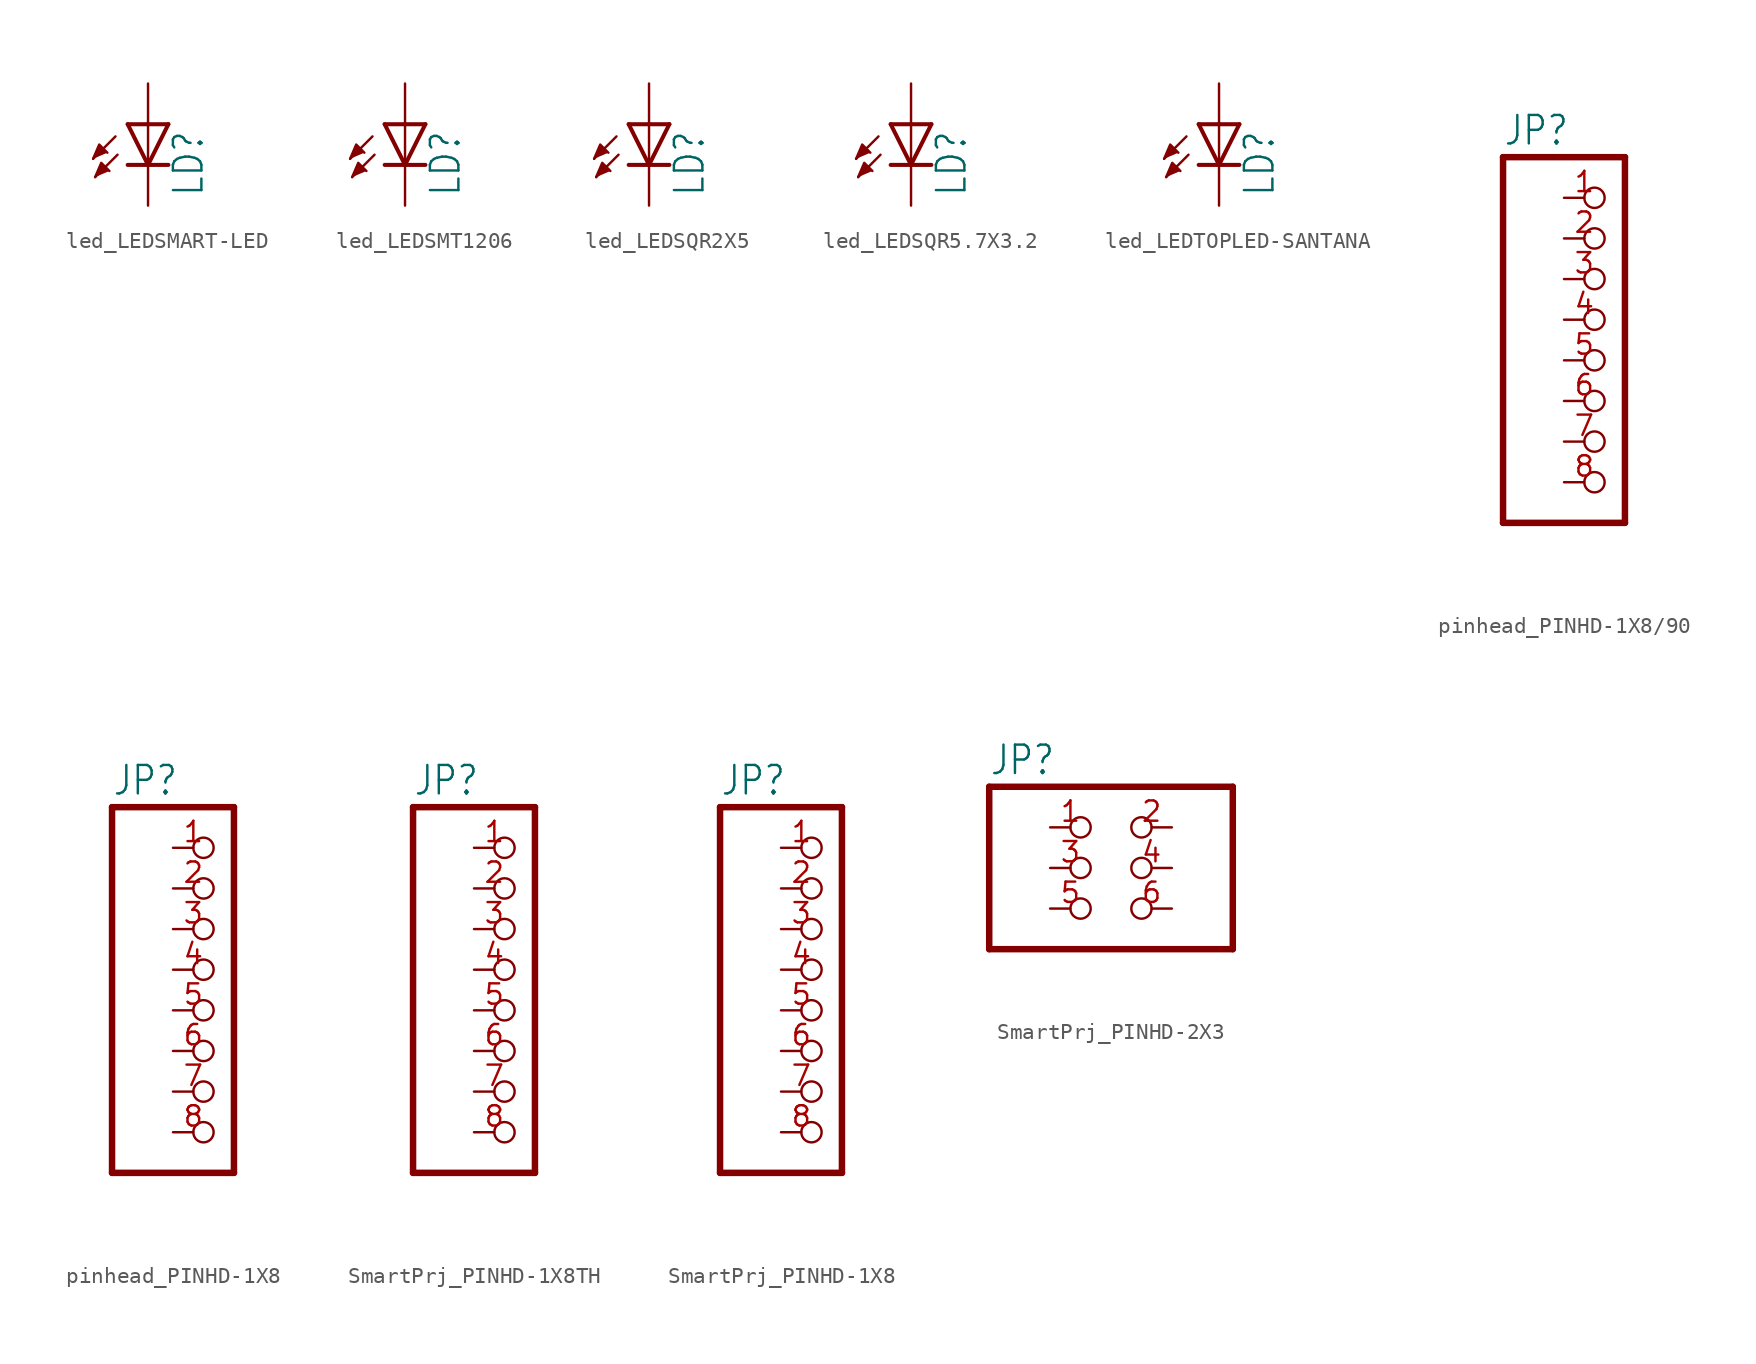
<source format=kicad_sym>
(kicad_symbol_lib
  (version 20220914)
  (generator kicad_symbol_editor)
  (symbol "led_LEDSMART-LED"
    (property "Reference" "LD"
      (at 3.556 -4.572 90)
      (effects (font (size 1.778 1.511)) (justify left bottom)))
    (property "Value" ""
      (at 5.715 -4.572 90)
      (effects (font (size 1.778 1.511)) (justify left bottom)))
    (property "ki_locked" ""
      (at 0 0 0)
      (effects (font (size 1.27 1.27))))
    (symbol "led_LEDSMART-LED_1_0"
      (polyline (pts (xy -2.032 -0.762) (xy -3.429 -2.159)) (stroke (width 0.152) (type solid)) (fill (type none)))
      (polyline (pts (xy -1.905 -1.905) (xy -3.302 -3.302)) (stroke (width 0.152) (type solid)) (fill (type none)))
      (polyline (pts (xy 0 -2.54) (xy -1.27 -2.54)) (stroke (width 0.254) (type solid)) (fill (type none)))
      (polyline (pts (xy 0 -2.54) (xy -1.27 0)) (stroke (width 0.254) (type solid)) (fill (type none)))
      (polyline (pts (xy 0 0) (xy -1.27 0)) (stroke (width 0.254) (type solid)) (fill (type none)))
      (polyline (pts (xy 0 0) (xy 0 -2.54)) (stroke (width 0.152) (type solid)) (fill (type none)))
      (polyline (pts (xy 1.27 -2.54) (xy 0 -2.54)) (stroke (width 0.254) (type solid)) (fill (type none)))
      (polyline (pts (xy 1.27 0) (xy 0 -2.54)) (stroke (width 0.254) (type solid)) (fill (type none)))
      (polyline (pts (xy 1.27 0) (xy 0 0)) (stroke (width 0.254) (type solid)) (fill (type none)))
      (polyline (pts (xy -3.429 -2.159) (xy -3.048 -1.27) (xy -2.54 -1.778)) (stroke (width 0.152) (type solid)) (fill (type outline)))
      (polyline (pts (xy -3.302 -3.302) (xy -2.921 -2.413) (xy -2.413 -2.921)) (stroke (width 0.152) (type solid)) (fill (type outline)))
      (pin passive line (at 0 2.54 270) (length 2.54) (name "A" (effects (font (size 0 0)))) (number "A" (effects (font (size 0 0)))))
      (pin passive line (at 0 -5.08 90) (length 2.54) (name "C" (effects (font (size 0 0)))) (number "B" (effects (font (size 0 0)))))))
  (symbol "led_LEDSMT1206"
    (property "Reference" "LD"
      (at 3.556 -4.572 90)
      (effects (font (size 1.778 1.511)) (justify left bottom)))
    (property "Value" ""
      (at 5.715 -4.572 90)
      (effects (font (size 1.778 1.511)) (justify left bottom)))
    (property "ki_locked" ""
      (at 0 0 0)
      (effects (font (size 1.27 1.27))))
    (symbol "led_LEDSMT1206_1_0"
      (polyline (pts (xy -2.032 -0.762) (xy -3.429 -2.159)) (stroke (width 0.152) (type solid)) (fill (type none)))
      (polyline (pts (xy -1.905 -1.905) (xy -3.302 -3.302)) (stroke (width 0.152) (type solid)) (fill (type none)))
      (polyline (pts (xy 0 -2.54) (xy -1.27 -2.54)) (stroke (width 0.254) (type solid)) (fill (type none)))
      (polyline (pts (xy 0 -2.54) (xy -1.27 0)) (stroke (width 0.254) (type solid)) (fill (type none)))
      (polyline (pts (xy 0 0) (xy -1.27 0)) (stroke (width 0.254) (type solid)) (fill (type none)))
      (polyline (pts (xy 0 0) (xy 0 -2.54)) (stroke (width 0.152) (type solid)) (fill (type none)))
      (polyline (pts (xy 1.27 -2.54) (xy 0 -2.54)) (stroke (width 0.254) (type solid)) (fill (type none)))
      (polyline (pts (xy 1.27 0) (xy 0 -2.54)) (stroke (width 0.254) (type solid)) (fill (type none)))
      (polyline (pts (xy 1.27 0) (xy 0 0)) (stroke (width 0.254) (type solid)) (fill (type none)))
      (polyline (pts (xy -3.429 -2.159) (xy -3.048 -1.27) (xy -2.54 -1.778)) (stroke (width 0.152) (type solid)) (fill (type outline)))
      (polyline (pts (xy -3.302 -3.302) (xy -2.921 -2.413) (xy -2.413 -2.921)) (stroke (width 0.152) (type solid)) (fill (type outline)))
      (pin passive line (at 0 2.54 270) (length 2.54) (name "A" (effects (font (size 0 0)))) (number "A" (effects (font (size 0 0)))))
      (pin passive line (at 0 -5.08 90) (length 2.54) (name "C" (effects (font (size 0 0)))) (number "C" (effects (font (size 0 0)))))))
  (symbol "led_LEDSQR2X5"
    (property "Reference" "LD"
      (at 3.556 -4.572 90)
      (effects (font (size 1.778 1.511)) (justify left bottom)))
    (property "Value" ""
      (at 5.715 -4.572 90)
      (effects (font (size 1.778 1.511)) (justify left bottom)))
    (property "ki_locked" ""
      (at 0 0 0)
      (effects (font (size 1.27 1.27))))
    (symbol "led_LEDSQR2X5_1_0"
      (polyline (pts (xy -2.032 -0.762) (xy -3.429 -2.159)) (stroke (width 0.152) (type solid)) (fill (type none)))
      (polyline (pts (xy -1.905 -1.905) (xy -3.302 -3.302)) (stroke (width 0.152) (type solid)) (fill (type none)))
      (polyline (pts (xy 0 -2.54) (xy -1.27 -2.54)) (stroke (width 0.254) (type solid)) (fill (type none)))
      (polyline (pts (xy 0 -2.54) (xy -1.27 0)) (stroke (width 0.254) (type solid)) (fill (type none)))
      (polyline (pts (xy 0 0) (xy -1.27 0)) (stroke (width 0.254) (type solid)) (fill (type none)))
      (polyline (pts (xy 0 0) (xy 0 -2.54)) (stroke (width 0.152) (type solid)) (fill (type none)))
      (polyline (pts (xy 1.27 -2.54) (xy 0 -2.54)) (stroke (width 0.254) (type solid)) (fill (type none)))
      (polyline (pts (xy 1.27 0) (xy 0 -2.54)) (stroke (width 0.254) (type solid)) (fill (type none)))
      (polyline (pts (xy 1.27 0) (xy 0 0)) (stroke (width 0.254) (type solid)) (fill (type none)))
      (polyline (pts (xy -3.429 -2.159) (xy -3.048 -1.27) (xy -2.54 -1.778)) (stroke (width 0.152) (type solid)) (fill (type outline)))
      (polyline (pts (xy -3.302 -3.302) (xy -2.921 -2.413) (xy -2.413 -2.921)) (stroke (width 0.152) (type solid)) (fill (type outline)))
      (pin passive line (at 0 2.54 270) (length 2.54) (name "A" (effects (font (size 0 0)))) (number "A" (effects (font (size 0 0)))))
      (pin passive line (at 0 -5.08 90) (length 2.54) (name "C" (effects (font (size 0 0)))) (number "K" (effects (font (size 0 0)))))))
  (symbol "led_LEDSQR5.7X3.2"
    (property "Reference" "LD"
      (at 3.556 -4.572 90)
      (effects (font (size 1.778 1.511)) (justify left bottom)))
    (property "Value" ""
      (at 5.715 -4.572 90)
      (effects (font (size 1.778 1.511)) (justify left bottom)))
    (property "ki_locked" ""
      (at 0 0 0)
      (effects (font (size 1.27 1.27))))
    (symbol "led_LEDSQR5.7X3.2_1_0"
      (polyline (pts (xy -2.032 -0.762) (xy -3.429 -2.159)) (stroke (width 0.152) (type solid)) (fill (type none)))
      (polyline (pts (xy -1.905 -1.905) (xy -3.302 -3.302)) (stroke (width 0.152) (type solid)) (fill (type none)))
      (polyline (pts (xy 0 -2.54) (xy -1.27 -2.54)) (stroke (width 0.254) (type solid)) (fill (type none)))
      (polyline (pts (xy 0 -2.54) (xy -1.27 0)) (stroke (width 0.254) (type solid)) (fill (type none)))
      (polyline (pts (xy 0 0) (xy -1.27 0)) (stroke (width 0.254) (type solid)) (fill (type none)))
      (polyline (pts (xy 0 0) (xy 0 -2.54)) (stroke (width 0.152) (type solid)) (fill (type none)))
      (polyline (pts (xy 1.27 -2.54) (xy 0 -2.54)) (stroke (width 0.254) (type solid)) (fill (type none)))
      (polyline (pts (xy 1.27 0) (xy 0 -2.54)) (stroke (width 0.254) (type solid)) (fill (type none)))
      (polyline (pts (xy 1.27 0) (xy 0 0)) (stroke (width 0.254) (type solid)) (fill (type none)))
      (polyline (pts (xy -3.429 -2.159) (xy -3.048 -1.27) (xy -2.54 -1.778)) (stroke (width 0.152) (type solid)) (fill (type outline)))
      (polyline (pts (xy -3.302 -3.302) (xy -2.921 -2.413) (xy -2.413 -2.921)) (stroke (width 0.152) (type solid)) (fill (type outline)))
      (pin passive line (at 0 2.54 270) (length 2.54) (name "A" (effects (font (size 0 0)))) (number "A" (effects (font (size 0 0)))))
      (pin passive line (at 0 -5.08 90) (length 2.54) (name "C" (effects (font (size 0 0)))) (number "K" (effects (font (size 0 0)))))))
  (symbol "led_LEDTOPLED-SANTANA"
    (property "Reference" "LD"
      (at 3.556 -4.572 90)
      (effects (font (size 1.778 1.511)) (justify left bottom)))
    (property "Value" ""
      (at 5.715 -4.572 90)
      (effects (font (size 1.778 1.511)) (justify left bottom)))
    (property "ki_locked" ""
      (at 0 0 0)
      (effects (font (size 1.27 1.27))))
    (symbol "led_LEDTOPLED-SANTANA_1_0"
      (polyline (pts (xy -2.032 -0.762) (xy -3.429 -2.159)) (stroke (width 0.152) (type solid)) (fill (type none)))
      (polyline (pts (xy -1.905 -1.905) (xy -3.302 -3.302)) (stroke (width 0.152) (type solid)) (fill (type none)))
      (polyline (pts (xy 0 -2.54) (xy -1.27 -2.54)) (stroke (width 0.254) (type solid)) (fill (type none)))
      (polyline (pts (xy 0 -2.54) (xy -1.27 0)) (stroke (width 0.254) (type solid)) (fill (type none)))
      (polyline (pts (xy 0 0) (xy -1.27 0)) (stroke (width 0.254) (type solid)) (fill (type none)))
      (polyline (pts (xy 0 0) (xy 0 -2.54)) (stroke (width 0.152) (type solid)) (fill (type none)))
      (polyline (pts (xy 1.27 -2.54) (xy 0 -2.54)) (stroke (width 0.254) (type solid)) (fill (type none)))
      (polyline (pts (xy 1.27 0) (xy 0 -2.54)) (stroke (width 0.254) (type solid)) (fill (type none)))
      (polyline (pts (xy 1.27 0) (xy 0 0)) (stroke (width 0.254) (type solid)) (fill (type none)))
      (polyline (pts (xy -3.429 -2.159) (xy -3.048 -1.27) (xy -2.54 -1.778)) (stroke (width 0.152) (type solid)) (fill (type outline)))
      (polyline (pts (xy -3.302 -3.302) (xy -2.921 -2.413) (xy -2.413 -2.921)) (stroke (width 0.152) (type solid)) (fill (type outline)))
      (pin passive line (at 0 2.54 270) (length 2.54) (name "A" (effects (font (size 0 0)))) (number "A" (effects (font (size 0 0)))))
      (pin passive line (at 0 -5.08 90) (length 2.54) (name "C" (effects (font (size 0 0)))) (number "C" (effects (font (size 0 0)))))))
  (symbol "pinhead_PINHD-1X8/90"
    (property "Reference" "JP"
      (at -6.35 13.335 0)
      (effects (font (size 1.778 1.511)) (justify left bottom)))
    (property "Value" ""
      (at -6.35 -12.7 0)
      (effects (font (size 1.778 1.511)) (justify left bottom)))
    (property "ki_locked" ""
      (at 0 0 0)
      (effects (font (size 1.27 1.27))))
    (symbol "pinhead_PINHD-1X8/90_1_0"
      (polyline (pts (xy -6.35 -10.16) (xy 1.27 -10.16)) (stroke (width 0.406) (type solid)) (fill (type none)))
      (polyline (pts (xy -6.35 12.7) (xy -6.35 -10.16)) (stroke (width 0.406) (type solid)) (fill (type none)))
      (polyline (pts (xy 1.27 -10.16) (xy 1.27 12.7)) (stroke (width 0.406) (type solid)) (fill (type none)))
      (polyline (pts (xy 1.27 12.7) (xy -6.35 12.7)) (stroke (width 0.406) (type solid)) (fill (type none)))
      (pin passive inverted (at -2.54 10.16 0) (length 2.54) (name "1" (effects (font (size 0 0)))) (number "1" (effects (font (size 1.27 1.27)))))
      (pin passive inverted (at -2.54 7.62 0) (length 2.54) (name "2" (effects (font (size 0 0)))) (number "2" (effects (font (size 1.27 1.27)))))
      (pin passive inverted (at -2.54 5.08 0) (length 2.54) (name "3" (effects (font (size 0 0)))) (number "3" (effects (font (size 1.27 1.27)))))
      (pin passive inverted (at -2.54 2.54 0) (length 2.54) (name "4" (effects (font (size 0 0)))) (number "4" (effects (font (size 1.27 1.27)))))
      (pin passive inverted (at -2.54 0 0) (length 2.54) (name "5" (effects (font (size 0 0)))) (number "5" (effects (font (size 1.27 1.27)))))
      (pin passive inverted (at -2.54 -2.54 0) (length 2.54) (name "6" (effects (font (size 0 0)))) (number "6" (effects (font (size 1.27 1.27)))))
      (pin passive inverted (at -2.54 -5.08 0) (length 2.54) (name "7" (effects (font (size 0 0)))) (number "7" (effects (font (size 1.27 1.27)))))
      (pin passive inverted (at -2.54 -7.62 0) (length 2.54) (name "8" (effects (font (size 0 0)))) (number "8" (effects (font (size 1.27 1.27)))))))
  (symbol "pinhead_PINHD-1X8"
    (property "Reference" "JP"
      (at -6.35 13.335 0)
      (effects (font (size 1.778 1.511)) (justify left bottom)))
    (property "Value" ""
      (at -6.35 -12.7 0)
      (effects (font (size 1.778 1.511)) (justify left bottom)))
    (property "ki_locked" ""
      (at 0 0 0)
      (effects (font (size 1.27 1.27))))
    (symbol "pinhead_PINHD-1X8_1_0"
      (polyline (pts (xy -6.35 -10.16) (xy 1.27 -10.16)) (stroke (width 0.406) (type solid)) (fill (type none)))
      (polyline (pts (xy -6.35 12.7) (xy -6.35 -10.16)) (stroke (width 0.406) (type solid)) (fill (type none)))
      (polyline (pts (xy 1.27 -10.16) (xy 1.27 12.7)) (stroke (width 0.406) (type solid)) (fill (type none)))
      (polyline (pts (xy 1.27 12.7) (xy -6.35 12.7)) (stroke (width 0.406) (type solid)) (fill (type none)))
      (pin passive inverted (at -2.54 10.16 0) (length 2.54) (name "1" (effects (font (size 0 0)))) (number "1" (effects (font (size 1.27 1.27)))))
      (pin passive inverted (at -2.54 7.62 0) (length 2.54) (name "2" (effects (font (size 0 0)))) (number "2" (effects (font (size 1.27 1.27)))))
      (pin passive inverted (at -2.54 5.08 0) (length 2.54) (name "3" (effects (font (size 0 0)))) (number "3" (effects (font (size 1.27 1.27)))))
      (pin passive inverted (at -2.54 2.54 0) (length 2.54) (name "4" (effects (font (size 0 0)))) (number "4" (effects (font (size 1.27 1.27)))))
      (pin passive inverted (at -2.54 0 0) (length 2.54) (name "5" (effects (font (size 0 0)))) (number "5" (effects (font (size 1.27 1.27)))))
      (pin passive inverted (at -2.54 -2.54 0) (length 2.54) (name "6" (effects (font (size 0 0)))) (number "6" (effects (font (size 1.27 1.27)))))
      (pin passive inverted (at -2.54 -5.08 0) (length 2.54) (name "7" (effects (font (size 0 0)))) (number "7" (effects (font (size 1.27 1.27)))))
      (pin passive inverted (at -2.54 -7.62 0) (length 2.54) (name "8" (effects (font (size 0 0)))) (number "8" (effects (font (size 1.27 1.27)))))))
  (symbol "SmartPrj_PINHD-1X8TH"
    (property "Reference" "JP"
      (at -6.35 13.335 0)
      (effects (font (size 1.778 1.511)) (justify left bottom)))
    (property "Value" ""
      (at -6.35 -12.7 0)
      (effects (font (size 1.778 1.511)) (justify left bottom)))
    (property "ki_locked" ""
      (at 0 0 0)
      (effects (font (size 1.27 1.27))))
    (symbol "SmartPrj_PINHD-1X8TH_1_0"
      (polyline (pts (xy -6.35 -10.16) (xy 1.27 -10.16)) (stroke (width 0.406) (type solid)) (fill (type none)))
      (polyline (pts (xy -6.35 12.7) (xy -6.35 -10.16)) (stroke (width 0.406) (type solid)) (fill (type none)))
      (polyline (pts (xy 1.27 -10.16) (xy 1.27 12.7)) (stroke (width 0.406) (type solid)) (fill (type none)))
      (polyline (pts (xy 1.27 12.7) (xy -6.35 12.7)) (stroke (width 0.406) (type solid)) (fill (type none)))
      (pin passive inverted (at -2.54 10.16 0) (length 2.54) (name "1" (effects (font (size 0 0)))) (number "1" (effects (font (size 1.27 1.27)))))
      (pin passive inverted (at -2.54 7.62 0) (length 2.54) (name "2" (effects (font (size 0 0)))) (number "2" (effects (font (size 1.27 1.27)))))
      (pin passive inverted (at -2.54 5.08 0) (length 2.54) (name "3" (effects (font (size 0 0)))) (number "3" (effects (font (size 1.27 1.27)))))
      (pin passive inverted (at -2.54 2.54 0) (length 2.54) (name "4" (effects (font (size 0 0)))) (number "4" (effects (font (size 1.27 1.27)))))
      (pin passive inverted (at -2.54 0 0) (length 2.54) (name "5" (effects (font (size 0 0)))) (number "5" (effects (font (size 1.27 1.27)))))
      (pin passive inverted (at -2.54 -2.54 0) (length 2.54) (name "6" (effects (font (size 0 0)))) (number "6" (effects (font (size 1.27 1.27)))))
      (pin passive inverted (at -2.54 -5.08 0) (length 2.54) (name "7" (effects (font (size 0 0)))) (number "7" (effects (font (size 1.27 1.27)))))
      (pin passive inverted (at -2.54 -7.62 0) (length 2.54) (name "8" (effects (font (size 0 0)))) (number "8" (effects (font (size 1.27 1.27)))))))
  (symbol "SmartPrj_PINHD-1X8"
    (property "Reference" "JP"
      (at -6.35 13.335 0)
      (effects (font (size 1.778 1.511)) (justify left bottom)))
    (property "Value" ""
      (at -6.35 -12.7 0)
      (effects (font (size 1.778 1.511)) (justify left bottom)))
    (property "ki_locked" ""
      (at 0 0 0)
      (effects (font (size 1.27 1.27))))
    (symbol "SmartPrj_PINHD-1X8_1_0"
      (polyline (pts (xy -6.35 -10.16) (xy 1.27 -10.16)) (stroke (width 0.406) (type solid)) (fill (type none)))
      (polyline (pts (xy -6.35 12.7) (xy -6.35 -10.16)) (stroke (width 0.406) (type solid)) (fill (type none)))
      (polyline (pts (xy 1.27 -10.16) (xy 1.27 12.7)) (stroke (width 0.406) (type solid)) (fill (type none)))
      (polyline (pts (xy 1.27 12.7) (xy -6.35 12.7)) (stroke (width 0.406) (type solid)) (fill (type none)))
      (pin passive inverted (at -2.54 10.16 0) (length 2.54) (name "1" (effects (font (size 0 0)))) (number "1" (effects (font (size 1.27 1.27)))))
      (pin passive inverted (at -2.54 7.62 0) (length 2.54) (name "2" (effects (font (size 0 0)))) (number "2" (effects (font (size 1.27 1.27)))))
      (pin passive inverted (at -2.54 5.08 0) (length 2.54) (name "3" (effects (font (size 0 0)))) (number "3" (effects (font (size 1.27 1.27)))))
      (pin passive inverted (at -2.54 2.54 0) (length 2.54) (name "4" (effects (font (size 0 0)))) (number "4" (effects (font (size 1.27 1.27)))))
      (pin passive inverted (at -2.54 0 0) (length 2.54) (name "5" (effects (font (size 0 0)))) (number "5" (effects (font (size 1.27 1.27)))))
      (pin passive inverted (at -2.54 -2.54 0) (length 2.54) (name "6" (effects (font (size 0 0)))) (number "6" (effects (font (size 1.27 1.27)))))
      (pin passive inverted (at -2.54 -5.08 0) (length 2.54) (name "7" (effects (font (size 0 0)))) (number "7" (effects (font (size 1.27 1.27)))))
      (pin passive inverted (at -2.54 -7.62 0) (length 2.54) (name "8" (effects (font (size 0 0)))) (number "8" (effects (font (size 1.27 1.27)))))))
  (symbol "SmartPrj_PINHD-2X3"
    (property "Reference" "JP"
      (at -6.35 5.715 0)
      (effects (font (size 1.778 1.511)) (justify left bottom)))
    (property "Value" ""
      (at -6.35 -7.62 0)
      (effects (font (size 1.778 1.511)) (justify left bottom)))
    (property "ki_locked" ""
      (at 0 0 0)
      (effects (font (size 1.27 1.27))))
    (symbol "SmartPrj_PINHD-2X3_1_0"
      (polyline (pts (xy -6.35 -5.08) (xy 8.89 -5.08)) (stroke (width 0.406) (type solid)) (fill (type none)))
      (polyline (pts (xy -6.35 5.08) (xy -6.35 -5.08)) (stroke (width 0.406) (type solid)) (fill (type none)))
      (polyline (pts (xy 8.89 -5.08) (xy 8.89 5.08)) (stroke (width 0.406) (type solid)) (fill (type none)))
      (polyline (pts (xy 8.89 5.08) (xy -6.35 5.08)) (stroke (width 0.406) (type solid)) (fill (type none)))
      (pin passive inverted (at -2.54 2.54 0) (length 2.54) (name "1" (effects (font (size 0 0)))) (number "1" (effects (font (size 1.27 1.27)))))
      (pin passive inverted (at 5.08 2.54 180) (length 2.54) (name "2" (effects (font (size 0 0)))) (number "2" (effects (font (size 1.27 1.27)))))
      (pin passive inverted (at -2.54 0 0) (length 2.54) (name "3" (effects (font (size 0 0)))) (number "3" (effects (font (size 1.27 1.27)))))
      (pin passive inverted (at 5.08 0 180) (length 2.54) (name "4" (effects (font (size 0 0)))) (number "4" (effects (font (size 1.27 1.27)))))
      (pin passive inverted (at -2.54 -2.54 0) (length 2.54) (name "5" (effects (font (size 0 0)))) (number "5" (effects (font (size 1.27 1.27)))))
      (pin passive inverted (at 5.08 -2.54 180) (length 2.54) (name "6" (effects (font (size 0 0)))) (number "6" (effects (font (size 1.27 1.27))))))))
</source>
